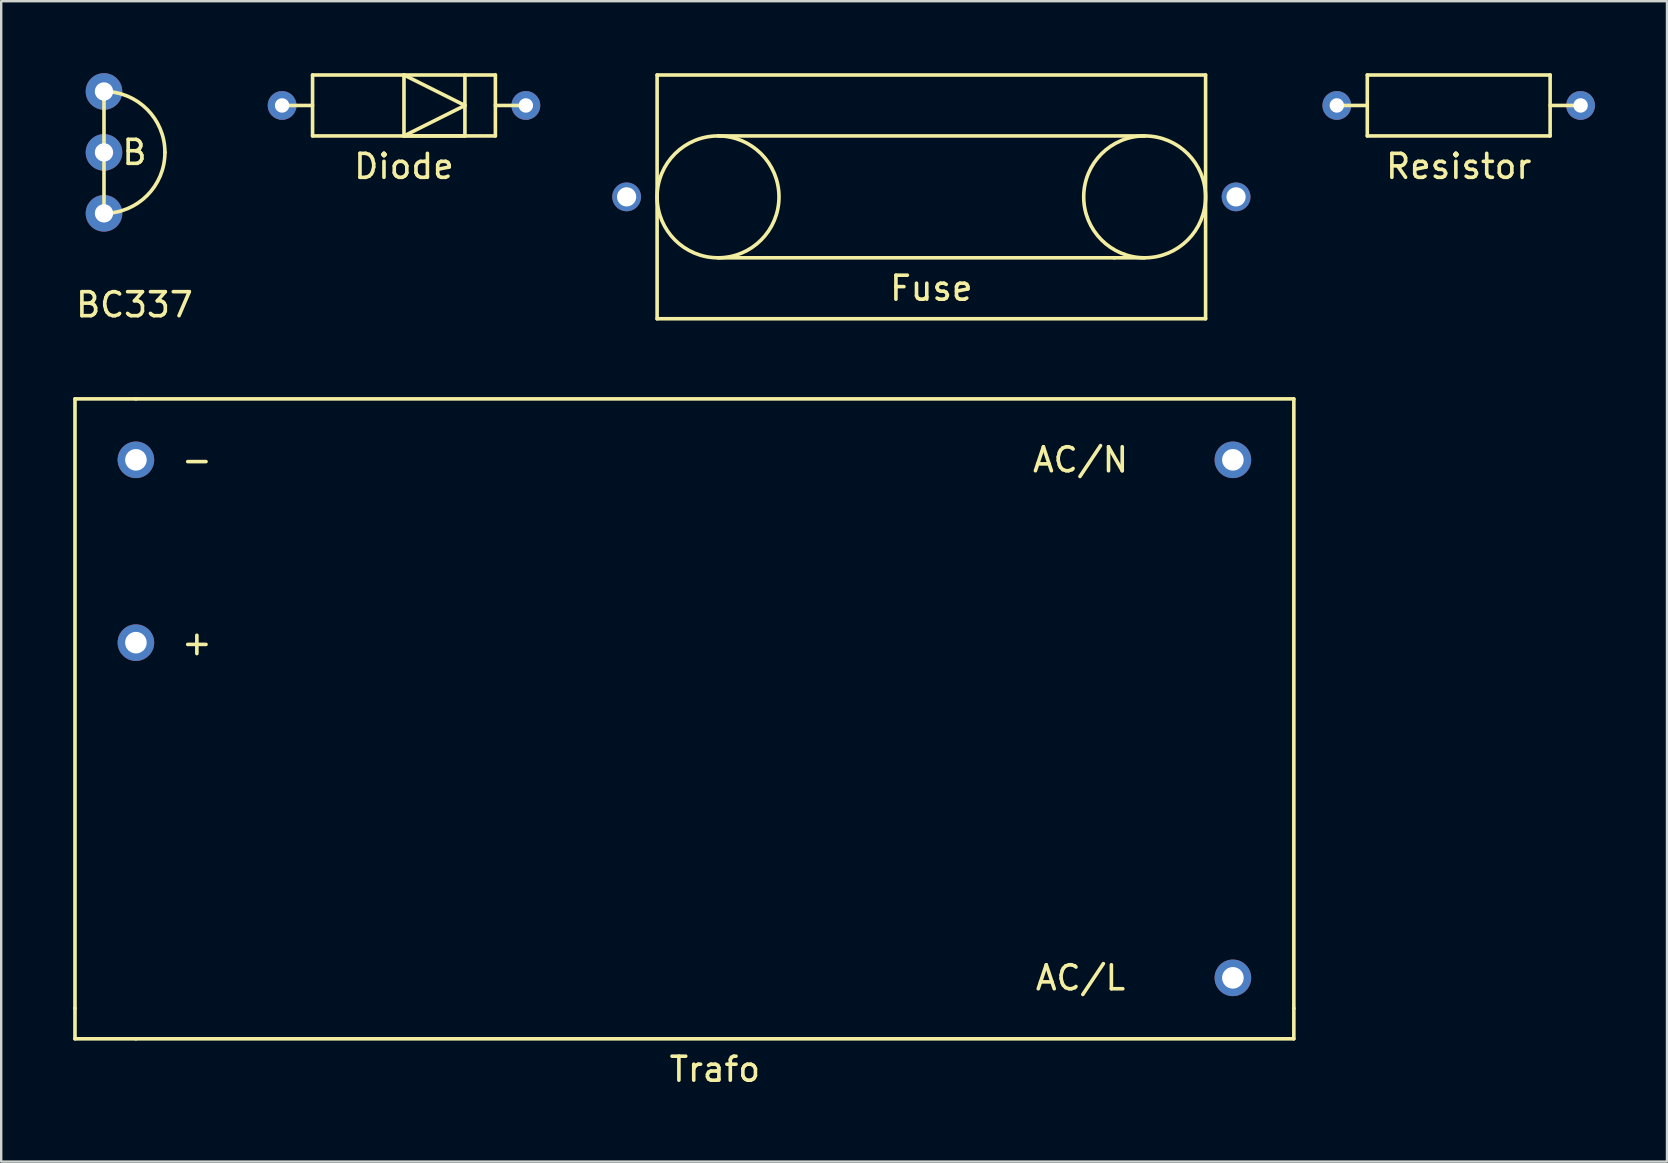
<source format=kicad_pcb>
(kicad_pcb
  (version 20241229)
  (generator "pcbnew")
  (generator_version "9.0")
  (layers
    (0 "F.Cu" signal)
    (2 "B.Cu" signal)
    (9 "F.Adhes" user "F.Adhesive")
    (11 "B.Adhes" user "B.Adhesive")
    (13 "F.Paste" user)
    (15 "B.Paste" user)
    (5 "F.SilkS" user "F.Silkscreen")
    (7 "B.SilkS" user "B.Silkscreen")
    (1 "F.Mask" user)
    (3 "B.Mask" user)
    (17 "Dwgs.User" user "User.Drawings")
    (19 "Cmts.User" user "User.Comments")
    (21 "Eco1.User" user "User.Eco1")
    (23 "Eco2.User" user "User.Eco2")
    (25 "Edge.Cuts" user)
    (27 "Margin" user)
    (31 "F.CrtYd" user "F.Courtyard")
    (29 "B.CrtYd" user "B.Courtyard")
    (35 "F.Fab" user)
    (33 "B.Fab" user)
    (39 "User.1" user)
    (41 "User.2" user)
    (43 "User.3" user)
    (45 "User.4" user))
  (footprint "Resistor"
    (layer "F.Cu")
    (at 57.747 1.345)
    (property "Reference" "Resistor" (at 0 2.54 0) (layer "F.SilkS") (effects (font (size 1 1) (thickness 0.15))))
    (attr through_hole)
    (fp_line (start -3.81 -1.27) (end 3.81 -1.27) (stroke (width 0.15) (type solid)) (layer "F.SilkS"))
    (fp_line (start -3.81 0) (end -5.08 0) (stroke (width 0.15) (type solid)) (layer "F.SilkS"))
    (fp_line (start -3.81 1.27) (end -3.81 -1.27) (stroke (width 0.15) (type solid)) (layer "F.SilkS"))
    (fp_line (start 3.81 -1.27) (end 3.81 1.27) (stroke (width 0.15) (type solid)) (layer "F.SilkS"))
    (fp_line (start 3.81 0) (end 5.08 0) (stroke (width 0.15) (type solid)) (layer "F.SilkS"))
    (fp_line (start 3.81 1.27) (end -3.81 1.27) (stroke (width 0.15) (type solid)) (layer "F.SilkS"))
    (pad "1" thru_hole circle (at -5.08 0) (size 1.2 1.2) (drill 0.6) (layers "*.Cu" "*.Mask"))
    (pad "2" thru_hole circle (at 5.08 0) (size 1.2 1.2) (drill 0.6) (layers "*.Cu" "*.Mask")))
  (footprint "Diode"
    (layer "F.Cu")
    (at 13.787 1.345)
    (property "Reference" "Diode" (at 0 2.54 0) (layer "F.SilkS") (effects (font (size 1 1) (thickness 0.15))))
    (attr through_hole)
    (fp_line (start -3.81 -1.27) (end 3.81 -1.27) (stroke (width 0.15) (type solid)) (layer "F.SilkS"))
    (fp_line (start -3.81 0) (end -5.08 0) (stroke (width 0.15) (type solid)) (layer "F.SilkS"))
    (fp_line (start -3.81 1.27) (end -3.81 -1.27) (stroke (width 0.15) (type solid)) (layer "F.SilkS"))
    (fp_line (start 0 -1.27) (end 0 1.27) (stroke (width 0.15) (type solid)) (layer "F.SilkS"))
    (fp_line (start 0 1.27) (end 2.54 0) (stroke (width 0.15) (type solid)) (layer "F.SilkS"))
    (fp_line (start 2.54 -1.27) (end 2.54 1.27) (stroke (width 0.15) (type solid)) (layer "F.SilkS"))
    (fp_line (start 2.54 0) (end 0 -1.27) (stroke (width 0.15) (type solid)) (layer "F.SilkS"))
    (fp_line (start 2.54 1.27) (end 0 1.27) (stroke (width 0.15) (type solid)) (layer "F.SilkS"))
    (fp_line (start 3.81 -1.27) (end 3.81 1.27) (stroke (width 0.15) (type solid)) (layer "F.SilkS"))
    (fp_line (start 3.81 0) (end 5.08 0) (stroke (width 0.15) (type solid)) (layer "F.SilkS"))
    (fp_line (start 3.81 1.27) (end -3.81 1.27) (stroke (width 0.15) (type solid)) (layer "F.SilkS"))
    (pad "1" thru_hole circle (at -5.08 0) (size 1.2 1.2) (drill 0.6) (layers "*.Cu" "*.Mask"))
    (pad "2" thru_hole circle (at 5.08 0) (size 1.2 1.2) (drill 0.6) (layers "*.Cu" "*.Mask")))
  (footprint "BC337"
    (layer "F.Cu")
    (at 2.554 3.302)
    (property "Reference" "BC337" (at 0 6.35 0) (layer "F.SilkS") (effects (font (size 1 1) (thickness 0.15))))
    (attr through_hole)
    (fp_line (start -1.27 2.54) (end -1.27 -2.54) (stroke (width 0.15) (type solid)) (layer "F.SilkS"))
    (fp_arc (start -1.27 -2.54) (mid 0.526051 -1.796051) (end 1.27 0) (stroke (width 0.15) (type solid)) (layer "F.SilkS"))
    (fp_arc (start 1.27 0) (mid 0.526051 1.796051) (end -1.27 2.54) (stroke (width 0.15) (type solid)) (layer "F.SilkS"))
    (fp_text user "B" (at 0 0 0) (layer "F.SilkS") (effects (font (size 1 1) (thickness 0.15))))
    (pad "1" thru_hole circle (at -1.27 -2.54) (size 1.524 1.524) (drill 0.762) (layers "*.Cu" "*.Mask"))
    (pad "2" thru_hole circle (at -1.27 0) (size 1.524 1.524) (drill 0.762) (layers "*.Cu" "*.Mask"))
    (pad "3" thru_hole circle (at -1.27 2.54) (size 1.524 1.524) (drill 0.762) (layers "*.Cu" "*.Mask")))
  (footprint "Trafo"
    (layer "F.Cu")
    (at 25.475 27.545)
    (property "Reference" "Trafo" (at 1.27 13.97 0) (layer "F.SilkS") (effects (font (size 1 1) (thickness 0.15))))
    (attr through_hole)
    (fp_line (start -25.4 -13.97) (end -22.86 -13.97) (stroke (width 0.15) (type solid)) (layer "F.SilkS"))
    (fp_line (start -25.4 11.43) (end -25.4 -13.97) (stroke (width 0.15) (type solid)) (layer "F.SilkS"))
    (fp_line (start -25.4 12.7) (end -25.4 11.43) (stroke (width 0.15) (type solid)) (layer "F.SilkS"))
    (fp_line (start -22.86 -13.97) (end 25.4 -13.97) (stroke (width 0.15) (type solid)) (layer "F.SilkS"))
    (fp_line (start -22.86 12.7) (end -25.4 12.7) (stroke (width 0.15) (type solid)) (layer "F.SilkS"))
    (fp_line (start 25.4 -13.97) (end 25.4 11.43) (stroke (width 0.15) (type solid)) (layer "F.SilkS"))
    (fp_line (start 25.4 11.43) (end 25.4 12.7) (stroke (width 0.15) (type solid)) (layer "F.SilkS"))
    (fp_line (start 25.4 12.7) (end -22.86 12.7) (stroke (width 0.15) (type solid)) (layer "F.SilkS"))
    (fp_text user "AC/L" (at 16.51 10.16 0) (layer "F.SilkS") (effects (font (size 1 1) (thickness 0.15))))
    (fp_text user "-" (at -20.32 -11.43 0) (layer "F.SilkS") (effects (font (size 1 1) (thickness 0.15))))
    (fp_text user "+" (at -20.32 -3.81 0) (layer "F.SilkS") (effects (font (size 1 1) (thickness 0.15))))
    (fp_text user "AC/N" (at 16.51 -11.43 0) (layer "F.SilkS") (effects (font (size 1 1) (thickness 0.15))))
    (pad "1" thru_hole circle (at 22.86 -11.43) (size 1.524 1.524) (drill 0.9) (layers "*.Cu" "*.Mask"))
    (pad "2" thru_hole circle (at 22.86 10.16) (size 1.524 1.524) (drill 0.9) (layers "*.Cu" "*.Mask"))
    (pad "3" thru_hole circle (at -22.86 -11.43) (size 1.524 1.524) (drill 0.9) (layers "*.Cu" "*.Mask"))
    (pad "4" thru_hole circle (at -22.86 -3.81) (size 1.524 1.524) (drill 0.9) (layers "*.Cu" "*.Mask")))
  (footprint "Fuse"
    (layer "F.Cu")
    (at 35.767 5.155)
    (property "Reference" "Fuse" (at 0 3.81 0) (layer "F.SilkS") (effects (font (size 1 1) (thickness 0.15))))
    (attr through_hole)
    (fp_line (start -11.43 -5.08) (end -11.43 5.08) (stroke (width 0.15) (type solid)) (layer "F.SilkS"))
    (fp_line (start -11.43 5.08) (end 11.43 5.08) (stroke (width 0.15) (type solid)) (layer "F.SilkS"))
    (fp_line (start 7.62 2.54) (end -8.89 2.54) (stroke (width 0.15) (type solid)) (layer "F.SilkS"))
    (fp_line (start 7.62 2.54) (end 8.89 2.54) (stroke (width 0.15) (type solid)) (layer "F.SilkS"))
    (fp_line (start 8.89 -2.54) (end -8.89 -2.54) (stroke (width 0.15) (type solid)) (layer "F.SilkS"))
    (fp_line (start 11.43 -5.08) (end -11.43 -5.08) (stroke (width 0.15) (type solid)) (layer "F.SilkS"))
    (fp_line (start 11.43 5.08) (end 11.43 -5.08) (stroke (width 0.15) (type solid)) (layer "F.SilkS"))
    (fp_circle (center -8.89 0) (end -8.89 -2.54) (stroke (width 0.15) (type solid)) (fill no) (layer "F.SilkS"))
    (fp_circle (center 8.89 0) (end 8.89 -2.54) (stroke (width 0.15) (type solid)) (fill no) (layer "F.SilkS"))
    (pad "1" thru_hole circle (at 12.7 0) (size 1.2 1.2) (drill 0.8) (layers "*.Cu" "*.Mask"))
    (pad "2" thru_hole circle (at -12.7 0) (size 1.2 1.2) (drill 0.8) (layers "*.Cu" "*.Mask")))
  (gr_rect
    (start -3 -3)
    (end 66.427 45.364)
    (stroke (width 0.1) (type default))
    (fill no)
    (layer "Edge.Cuts")))
</source>
